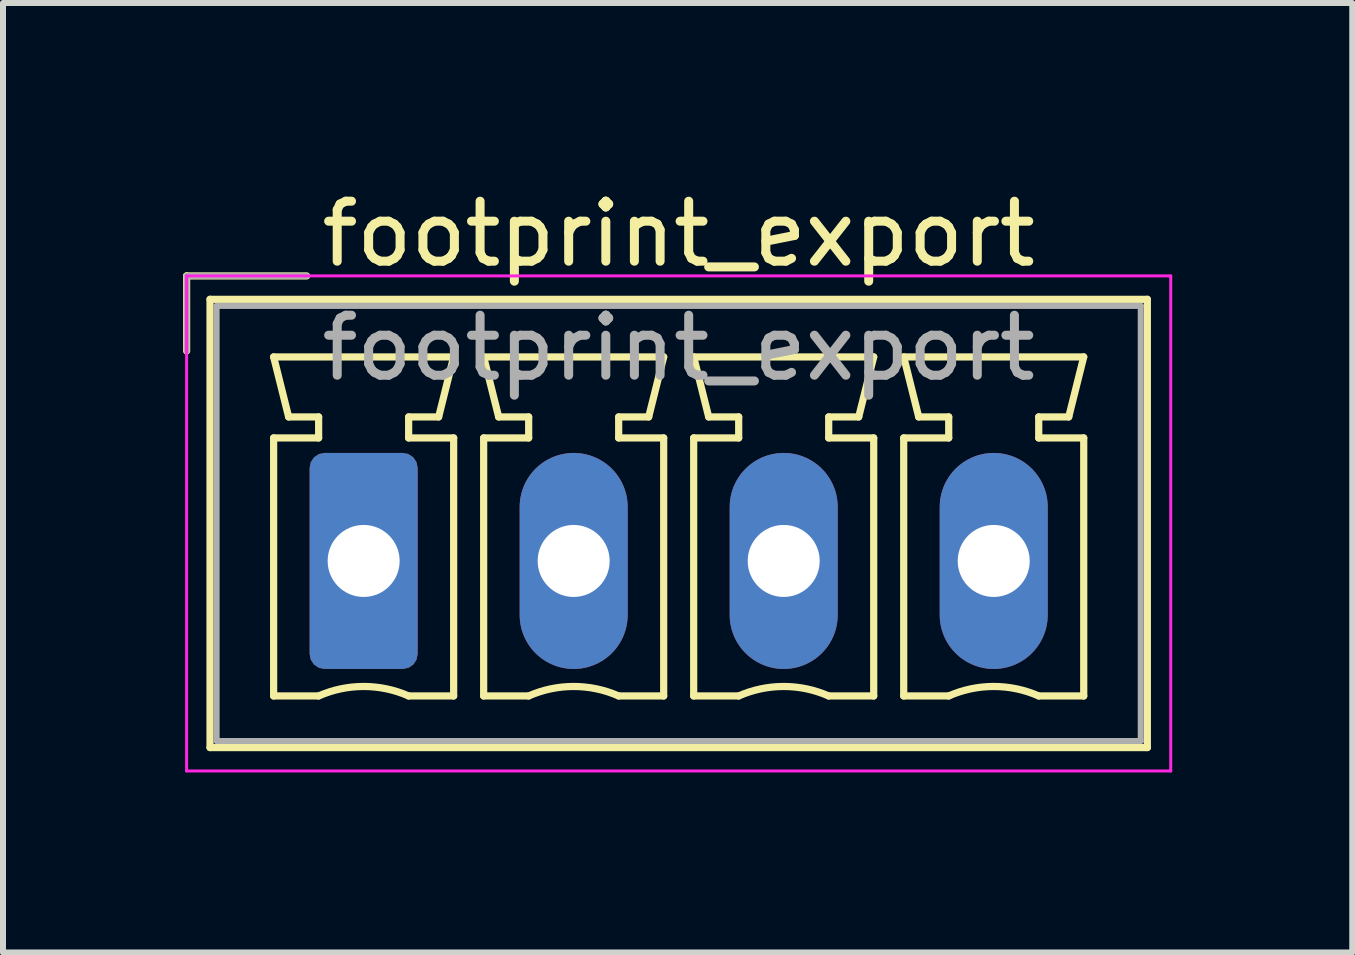
<source format=kicad_pcb>
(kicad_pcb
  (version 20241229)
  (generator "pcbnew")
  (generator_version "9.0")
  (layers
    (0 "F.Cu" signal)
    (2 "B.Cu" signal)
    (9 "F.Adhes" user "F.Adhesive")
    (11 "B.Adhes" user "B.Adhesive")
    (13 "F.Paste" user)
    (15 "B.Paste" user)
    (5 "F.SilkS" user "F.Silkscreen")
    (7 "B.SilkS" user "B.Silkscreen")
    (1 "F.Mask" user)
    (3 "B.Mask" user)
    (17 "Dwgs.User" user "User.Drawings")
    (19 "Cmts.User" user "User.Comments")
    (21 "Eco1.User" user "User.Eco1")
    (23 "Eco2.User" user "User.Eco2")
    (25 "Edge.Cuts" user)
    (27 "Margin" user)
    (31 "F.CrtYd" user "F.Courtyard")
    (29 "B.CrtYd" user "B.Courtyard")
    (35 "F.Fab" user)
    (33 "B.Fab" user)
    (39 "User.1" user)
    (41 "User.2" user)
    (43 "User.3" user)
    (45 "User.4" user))
  (footprint "footprint_export"
    (layer "F.Cu")
    (at 3.01 6.298)
    (property "Reference" "footprint_export" (at 5.25 -5.45 0) (layer "F.SilkS") (effects (font (size 1 1) (thickness 0.15))))
    (attr through_hole)
    (fp_line (start -2.95 -4.75) (end -0.95 -4.75) (stroke (width 0.12) (type solid)) (layer "F.SilkS"))
    (fp_line (start -2.95 -3.5) (end -2.95 -4.75) (stroke (width 0.12) (type solid)) (layer "F.SilkS"))
    (fp_line (start -2.56 -4.36) (end -2.56 3.11) (stroke (width 0.12) (type solid)) (layer "F.SilkS"))
    (fp_line (start -2.56 3.11) (end 13.06 3.11) (stroke (width 0.12) (type solid)) (layer "F.SilkS"))
    (fp_line (start -1.5 -3.4) (end 1.5 -3.4) (stroke (width 0.12) (type solid)) (layer "F.SilkS"))
    (fp_line (start -1.5 -2.05) (end -0.75 -2.05) (stroke (width 0.12) (type solid)) (layer "F.SilkS"))
    (fp_line (start -1.5 2.25) (end -1.5 -2.05) (stroke (width 0.12) (type solid)) (layer "F.SilkS"))
    (fp_line (start -1.25 -2.4) (end -1.5 -3.4) (stroke (width 0.12) (type solid)) (layer "F.SilkS"))
    (fp_line (start -0.75 -2.4) (end -1.25 -2.4) (stroke (width 0.12) (type solid)) (layer "F.SilkS"))
    (fp_line (start -0.75 -2.05) (end -0.75 -2.4) (stroke (width 0.12) (type solid)) (layer "F.SilkS"))
    (fp_line (start -0.75 2.25) (end -1.5 2.25) (stroke (width 0.12) (type solid)) (layer "F.SilkS"))
    (fp_line (start 0.75 -2.4) (end 0.75 -2.05) (stroke (width 0.12) (type solid)) (layer "F.SilkS"))
    (fp_line (start 0.75 -2.05) (end 1.5 -2.05) (stroke (width 0.12) (type solid)) (layer "F.SilkS"))
    (fp_line (start 1.25 -2.4) (end 0.75 -2.4) (stroke (width 0.12) (type solid)) (layer "F.SilkS"))
    (fp_line (start 1.5 -3.4) (end 1.25 -2.4) (stroke (width 0.12) (type solid)) (layer "F.SilkS"))
    (fp_line (start 1.5 -2.05) (end 1.5 2.25) (stroke (width 0.12) (type solid)) (layer "F.SilkS"))
    (fp_line (start 1.5 2.25) (end 0.75 2.25) (stroke (width 0.12) (type solid)) (layer "F.SilkS"))
    (fp_line (start 2 -3.4) (end 5 -3.4) (stroke (width 0.12) (type solid)) (layer "F.SilkS"))
    (fp_line (start 2 -2.05) (end 2.75 -2.05) (stroke (width 0.12) (type solid)) (layer "F.SilkS"))
    (fp_line (start 2 2.25) (end 2 -2.05) (stroke (width 0.12) (type solid)) (layer "F.SilkS"))
    (fp_line (start 2.25 -2.4) (end 2 -3.4) (stroke (width 0.12) (type solid)) (layer "F.SilkS"))
    (fp_line (start 2.75 -2.4) (end 2.25 -2.4) (stroke (width 0.12) (type solid)) (layer "F.SilkS"))
    (fp_line (start 2.75 -2.05) (end 2.75 -2.4) (stroke (width 0.12) (type solid)) (layer "F.SilkS"))
    (fp_line (start 2.75 2.25) (end 2 2.25) (stroke (width 0.12) (type solid)) (layer "F.SilkS"))
    (fp_line (start 4.25 -2.4) (end 4.25 -2.05) (stroke (width 0.12) (type solid)) (layer "F.SilkS"))
    (fp_line (start 4.25 -2.05) (end 5 -2.05) (stroke (width 0.12) (type solid)) (layer "F.SilkS"))
    (fp_line (start 4.75 -2.4) (end 4.25 -2.4) (stroke (width 0.12) (type solid)) (layer "F.SilkS"))
    (fp_line (start 5 -3.4) (end 4.75 -2.4) (stroke (width 0.12) (type solid)) (layer "F.SilkS"))
    (fp_line (start 5 -2.05) (end 5 2.25) (stroke (width 0.12) (type solid)) (layer "F.SilkS"))
    (fp_line (start 5 2.25) (end 4.25 2.25) (stroke (width 0.12) (type solid)) (layer "F.SilkS"))
    (fp_line (start 5.5 -3.4) (end 8.5 -3.4) (stroke (width 0.12) (type solid)) (layer "F.SilkS"))
    (fp_line (start 5.5 -2.05) (end 6.25 -2.05) (stroke (width 0.12) (type solid)) (layer "F.SilkS"))
    (fp_line (start 5.5 2.25) (end 5.5 -2.05) (stroke (width 0.12) (type solid)) (layer "F.SilkS"))
    (fp_line (start 5.75 -2.4) (end 5.5 -3.4) (stroke (width 0.12) (type solid)) (layer "F.SilkS"))
    (fp_line (start 6.25 -2.4) (end 5.75 -2.4) (stroke (width 0.12) (type solid)) (layer "F.SilkS"))
    (fp_line (start 6.25 -2.05) (end 6.25 -2.4) (stroke (width 0.12) (type solid)) (layer "F.SilkS"))
    (fp_line (start 6.25 2.25) (end 5.5 2.25) (stroke (width 0.12) (type solid)) (layer "F.SilkS"))
    (fp_line (start 7.75 -2.4) (end 7.75 -2.05) (stroke (width 0.12) (type solid)) (layer "F.SilkS"))
    (fp_line (start 7.75 -2.05) (end 8.5 -2.05) (stroke (width 0.12) (type solid)) (layer "F.SilkS"))
    (fp_line (start 8.25 -2.4) (end 7.75 -2.4) (stroke (width 0.12) (type solid)) (layer "F.SilkS"))
    (fp_line (start 8.5 -3.4) (end 8.25 -2.4) (stroke (width 0.12) (type solid)) (layer "F.SilkS"))
    (fp_line (start 8.5 -2.05) (end 8.5 2.25) (stroke (width 0.12) (type solid)) (layer "F.SilkS"))
    (fp_line (start 8.5 2.25) (end 7.75 2.25) (stroke (width 0.12) (type solid)) (layer "F.SilkS"))
    (fp_line (start 9 -3.4) (end 12 -3.4) (stroke (width 0.12) (type solid)) (layer "F.SilkS"))
    (fp_line (start 9 -2.05) (end 9.75 -2.05) (stroke (width 0.12) (type solid)) (layer "F.SilkS"))
    (fp_line (start 9 2.25) (end 9 -2.05) (stroke (width 0.12) (type solid)) (layer "F.SilkS"))
    (fp_line (start 9.25 -2.4) (end 9 -3.4) (stroke (width 0.12) (type solid)) (layer "F.SilkS"))
    (fp_line (start 9.75 -2.4) (end 9.25 -2.4) (stroke (width 0.12) (type solid)) (layer "F.SilkS"))
    (fp_line (start 9.75 -2.05) (end 9.75 -2.4) (stroke (width 0.12) (type solid)) (layer "F.SilkS"))
    (fp_line (start 9.75 2.25) (end 9 2.25) (stroke (width 0.12) (type solid)) (layer "F.SilkS"))
    (fp_line (start 11.25 -2.4) (end 11.25 -2.05) (stroke (width 0.12) (type solid)) (layer "F.SilkS"))
    (fp_line (start 11.25 -2.05) (end 12 -2.05) (stroke (width 0.12) (type solid)) (layer "F.SilkS"))
    (fp_line (start 11.75 -2.4) (end 11.25 -2.4) (stroke (width 0.12) (type solid)) (layer "F.SilkS"))
    (fp_line (start 12 -3.4) (end 11.75 -2.4) (stroke (width 0.12) (type solid)) (layer "F.SilkS"))
    (fp_line (start 12 -2.05) (end 12 2.25) (stroke (width 0.12) (type solid)) (layer "F.SilkS"))
    (fp_line (start 12 2.25) (end 11.25 2.25) (stroke (width 0.12) (type solid)) (layer "F.SilkS"))
    (fp_line (start 13.06 -4.36) (end -2.56 -4.36) (stroke (width 0.12) (type solid)) (layer "F.SilkS"))
    (fp_line (start 13.06 3.11) (end 13.06 -4.36) (stroke (width 0.12) (type solid)) (layer "F.SilkS"))
    (fp_arc (start -0.75 2.25) (mid -0.000193 2.09191) (end 0.749647 2.249844) (stroke (width 0.12) (type solid)) (layer "F.SilkS"))
    (fp_arc (start 2.75 2.25) (mid 3.499807 2.09191) (end 4.249647 2.249844) (stroke (width 0.12) (type solid)) (layer "F.SilkS"))
    (fp_arc (start 6.25 2.25) (mid 6.999807 2.09191) (end 7.749647 2.249844) (stroke (width 0.12) (type solid)) (layer "F.SilkS"))
    (fp_arc (start 9.75 2.25) (mid 10.499807 2.09191) (end 11.249647 2.249844) (stroke (width 0.12) (type solid)) (layer "F.SilkS"))
    (fp_line (start -2.95 -4.75) (end -2.95 3.5) (stroke (width 0.05) (type solid)) (layer "F.CrtYd"))
    (fp_line (start -2.95 3.5) (end 13.45 3.5) (stroke (width 0.05) (type solid)) (layer "F.CrtYd"))
    (fp_line (start 13.45 -4.75) (end -2.95 -4.75) (stroke (width 0.05) (type solid)) (layer "F.CrtYd"))
    (fp_line (start 13.45 3.5) (end 13.45 -4.75) (stroke (width 0.05) (type solid)) (layer "F.CrtYd"))
    (fp_line (start -2.95 -4.75) (end -0.95 -4.75) (stroke (width 0.1) (type solid)) (layer "F.Fab"))
    (fp_line (start -2.95 -3.5) (end -2.95 -4.75) (stroke (width 0.1) (type solid)) (layer "F.Fab"))
    (fp_line (start -2.45 -4.25) (end -2.45 3) (stroke (width 0.1) (type solid)) (layer "F.Fab"))
    (fp_line (start -2.45 3) (end 12.95 3) (stroke (width 0.1) (type solid)) (layer "F.Fab"))
    (fp_line (start 12.95 -4.25) (end -2.45 -4.25) (stroke (width 0.1) (type solid)) (layer "F.Fab"))
    (fp_line (start 12.95 3) (end 12.95 -4.25) (stroke (width 0.1) (type solid)) (layer "F.Fab"))
    (fp_text user "${REFERENCE}" (at 5.25 -3.55 0) (layer "F.Fab") (effects (font (size 1 1) (thickness 0.15))))
    (pad "1" thru_hole roundrect (at 0 0) (size 1.8 3.6) (drill 1.2) (layers "*.Cu" "*.Mask") (roundrect_rratio 0.139))
    (pad "2" thru_hole oval (at 3.5 0) (size 1.8 3.6) (drill 1.2) (layers "*.Cu" "*.Mask"))
    (pad "3" thru_hole oval (at 7 0) (size 1.8 3.6) (drill 1.2) (layers "*.Cu" "*.Mask"))
    (pad "4" thru_hole oval (at 10.5 0) (size 1.8 3.6) (drill 1.2) (layers "*.Cu" "*.Mask")))
  (gr_rect
    (start -3 -3)
    (end 19.485 12.823)
    (stroke (width 0.1) (type default))
    (fill no)
    (layer "Edge.Cuts")))
</source>
